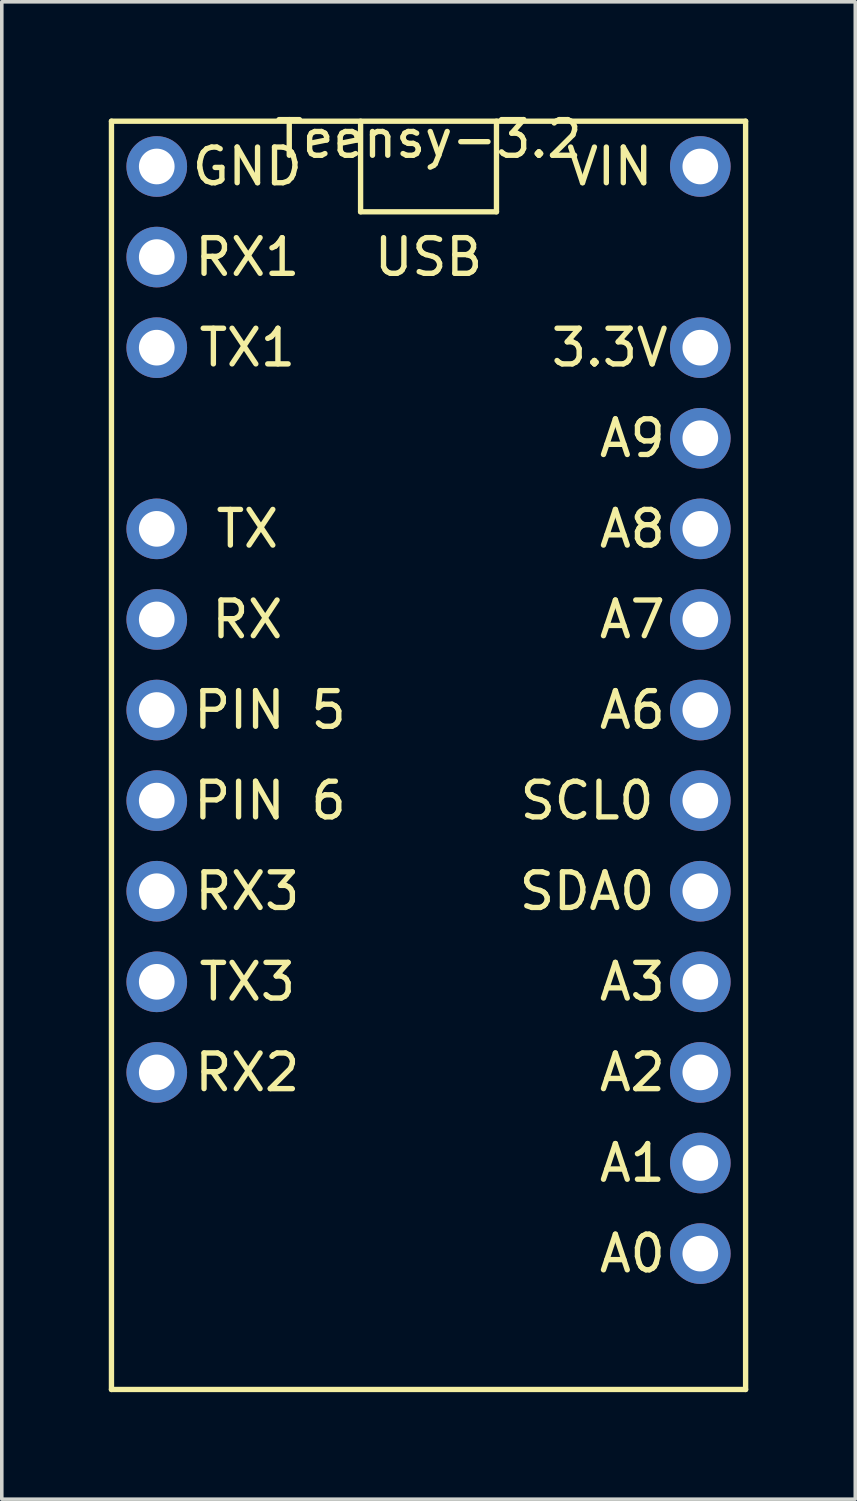
<source format=kicad_pcb>
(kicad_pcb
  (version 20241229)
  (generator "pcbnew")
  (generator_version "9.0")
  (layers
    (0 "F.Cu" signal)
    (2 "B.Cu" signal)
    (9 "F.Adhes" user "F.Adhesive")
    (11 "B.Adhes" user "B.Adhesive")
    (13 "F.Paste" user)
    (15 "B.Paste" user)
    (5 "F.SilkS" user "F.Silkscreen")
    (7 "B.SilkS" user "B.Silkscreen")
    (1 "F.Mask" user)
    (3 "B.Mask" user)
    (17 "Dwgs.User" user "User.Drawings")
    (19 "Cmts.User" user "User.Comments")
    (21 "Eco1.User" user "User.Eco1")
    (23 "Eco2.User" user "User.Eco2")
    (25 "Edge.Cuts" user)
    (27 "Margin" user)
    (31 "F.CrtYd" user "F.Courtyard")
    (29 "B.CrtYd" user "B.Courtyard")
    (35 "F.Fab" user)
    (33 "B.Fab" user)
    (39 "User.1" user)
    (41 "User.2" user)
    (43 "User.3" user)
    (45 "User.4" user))
  (footprint "Teensy-3.2"
    (layer "F.Cu")
    (at 8.965 0.348)
    (property "Reference" "Teensy-3.2" (at 0 0.5 0) (layer "F.SilkS") (effects (font (size 1 1) (thickness 0.15))))
    (attr through_hole)
    (fp_line (start -8.89 0) (end -8.89 35.56) (stroke (width 0.15) (type solid)) (layer "F.SilkS"))
    (fp_line (start -8.89 0) (end 8.89 0) (stroke (width 0.15) (type solid)) (layer "F.SilkS"))
    (fp_line (start -8.89 35.56) (end 8.89 35.56) (stroke (width 0.15) (type solid)) (layer "F.SilkS"))
    (fp_line (start -1.905 0) (end -1.905 2.54) (stroke (width 0.15) (type solid)) (layer "F.SilkS"))
    (fp_line (start -1.905 2.54) (end 1.905 2.54) (stroke (width 0.15) (type solid)) (layer "F.SilkS"))
    (fp_line (start 1.905 2.54) (end 1.905 0) (stroke (width 0.15) (type solid)) (layer "F.SilkS"))
    (fp_line (start 8.89 35.56) (end 8.89 0) (stroke (width 0.15) (type solid)) (layer "F.SilkS"))
    (fp_text user "PIN 5" (at -4.445 16.51 0) (layer "F.SilkS") (effects (font (size 1 1) (thickness 0.15))))
    (fp_text user "SCL0" (at 4.445 19.05 0) (layer "F.SilkS") (effects (font (size 1 1) (thickness 0.15))))
    (fp_text user "RX" (at -5.08 13.97 0) (layer "F.SilkS") (effects (font (size 1 1) (thickness 0.15))))
    (fp_text user "GND" (at -5.08 1.27 0) (layer "F.SilkS") (effects (font (size 1 1) (thickness 0.15))))
    (fp_text user "A0" (at 5.715 31.75 0) (layer "F.SilkS") (effects (font (size 1 1) (thickness 0.15))))
    (fp_text user "A6" (at 5.715 16.51 0) (layer "F.SilkS") (effects (font (size 1 1) (thickness 0.15))))
    (fp_text user "TX" (at -5.08 11.43 0) (layer "F.SilkS") (effects (font (size 1 1) (thickness 0.15))))
    (fp_text user "RX3" (at -5.08 21.59 0) (layer "F.SilkS") (effects (font (size 1 1) (thickness 0.15))))
    (fp_text user "A9" (at 5.715 8.89 0) (layer "F.SilkS") (effects (font (size 1 1) (thickness 0.15))))
    (fp_text user "TX1" (at -5.08 6.35 0) (layer "F.SilkS") (effects (font (size 1 1) (thickness 0.15))))
    (fp_text user "USB" (at 0 3.81 0) (layer "F.SilkS") (effects (font (size 1 1) (thickness 0.15))))
    (fp_text user "A7" (at 5.715 13.97 0) (layer "F.SilkS") (effects (font (size 1 1) (thickness 0.15))))
    (fp_text user "3.3V" (at 5.08 6.35 0) (layer "F.SilkS") (effects (font (size 1 1) (thickness 0.15))))
    (fp_text user "A8" (at 5.715 11.43 0) (layer "F.SilkS") (effects (font (size 1 1) (thickness 0.15))))
    (fp_text user "A1" (at 5.715 29.21 0) (layer "F.SilkS") (effects (font (size 1 1) (thickness 0.15))))
    (fp_text user "RX2" (at -5.08 26.67 0) (layer "F.SilkS") (effects (font (size 1 1) (thickness 0.15))))
    (fp_text user "PIN 6" (at -4.445 19.05 0) (layer "F.SilkS") (effects (font (size 1 1) (thickness 0.15))))
    (fp_text user "A2" (at 5.715 26.67 0) (layer "F.SilkS") (effects (font (size 1 1) (thickness 0.15))))
    (fp_text user "A3" (at 5.715 24.13 0) (layer "F.SilkS") (effects (font (size 1 1) (thickness 0.15))))
    (fp_text user "TX3" (at -5.08 24.13 0) (layer "F.SilkS") (effects (font (size 1 1) (thickness 0.15))))
    (fp_text user "VIN" (at 5.08 1.27 0) (layer "F.SilkS") (effects (font (size 1 1) (thickness 0.15))))
    (fp_text user "RX1" (at -5.08 3.81 0) (layer "F.SilkS") (effects (font (size 1 1) (thickness 0.15))))
    (fp_text user "SDA0" (at 4.445 21.59 0) (layer "F.SilkS") (effects (font (size 1 1) (thickness 0.15))))
    (pad "1" thru_hole circle (at -7.62 1.27) (size 1.7 1.7) (drill 1) (layers "*.Cu" "*.Mask"))
    (pad "2" thru_hole circle (at -7.62 3.81) (size 1.7 1.7) (drill 1) (layers "*.Cu" "*.Mask"))
    (pad "3" thru_hole circle (at -7.62 6.35) (size 1.7 1.7) (drill 1) (layers "*.Cu" "*.Mask"))
    (pad "5" thru_hole circle (at -7.62 11.43) (size 1.7 1.7) (drill 1) (layers "*.Cu" "*.Mask"))
    (pad "6" thru_hole circle (at -7.62 13.97) (size 1.7 1.7) (drill 1) (layers "*.Cu" "*.Mask"))
    (pad "7" thru_hole circle (at -7.62 16.51) (size 1.7 1.7) (drill 1) (layers "*.Cu" "*.Mask"))
    (pad "8" thru_hole circle (at -7.62 19.05) (size 1.7 1.7) (drill 1) (layers "*.Cu" "*.Mask"))
    (pad "9" thru_hole circle (at -7.62 21.59) (size 1.7 1.7) (drill 1) (layers "*.Cu" "*.Mask"))
    (pad "10" thru_hole circle (at -7.62 24.13) (size 1.7 1.7) (drill 1) (layers "*.Cu" "*.Mask"))
    (pad "11" thru_hole circle (at -7.62 26.67) (size 1.7 1.7) (drill 1) (layers "*.Cu" "*.Mask"))
    (pad "21" thru_hole circle (at 7.62 31.75) (size 1.7 1.7) (drill 1) (layers "*.Cu" "*.Mask"))
    (pad "22" thru_hole circle (at 7.62 29.21) (size 1.7 1.7) (drill 1) (layers "*.Cu" "*.Mask"))
    (pad "23" thru_hole circle (at 7.62 26.67) (size 1.7 1.7) (drill 1) (layers "*.Cu" "*.Mask"))
    (pad "24" thru_hole circle (at 7.62 24.13) (size 1.7 1.7) (drill 1) (layers "*.Cu" "*.Mask"))
    (pad "25" thru_hole circle (at 7.62 21.59) (size 1.7 1.7) (drill 1) (layers "*.Cu" "*.Mask"))
    (pad "26" thru_hole circle (at 7.62 19.05) (size 1.7 1.7) (drill 1) (layers "*.Cu" "*.Mask"))
    (pad "27" thru_hole circle (at 7.62 16.51) (size 1.7 1.7) (drill 1) (layers "*.Cu" "*.Mask"))
    (pad "28" thru_hole circle (at 7.62 13.97) (size 1.7 1.7) (drill 1) (layers "*.Cu" "*.Mask"))
    (pad "29" thru_hole circle (at 7.62 11.43) (size 1.7 1.7) (drill 1) (layers "*.Cu" "*.Mask"))
    (pad "30" thru_hole circle (at 7.62 8.89) (size 1.7 1.7) (drill 1) (layers "*.Cu" "*.Mask"))
    (pad "31" thru_hole circle (at 7.62 6.35) (size 1.7 1.7) (drill 1) (layers "*.Cu" "*.Mask"))
    (pad "33" thru_hole circle (at 7.62 1.27) (size 1.7 1.7) (drill 1) (layers "*.Cu" "*.Mask")))
  (gr_rect
    (start -3 -3)
    (end 20.93 38.983)
    (stroke (width 0.1) (type default))
    (fill no)
    (layer "Edge.Cuts")))
</source>
